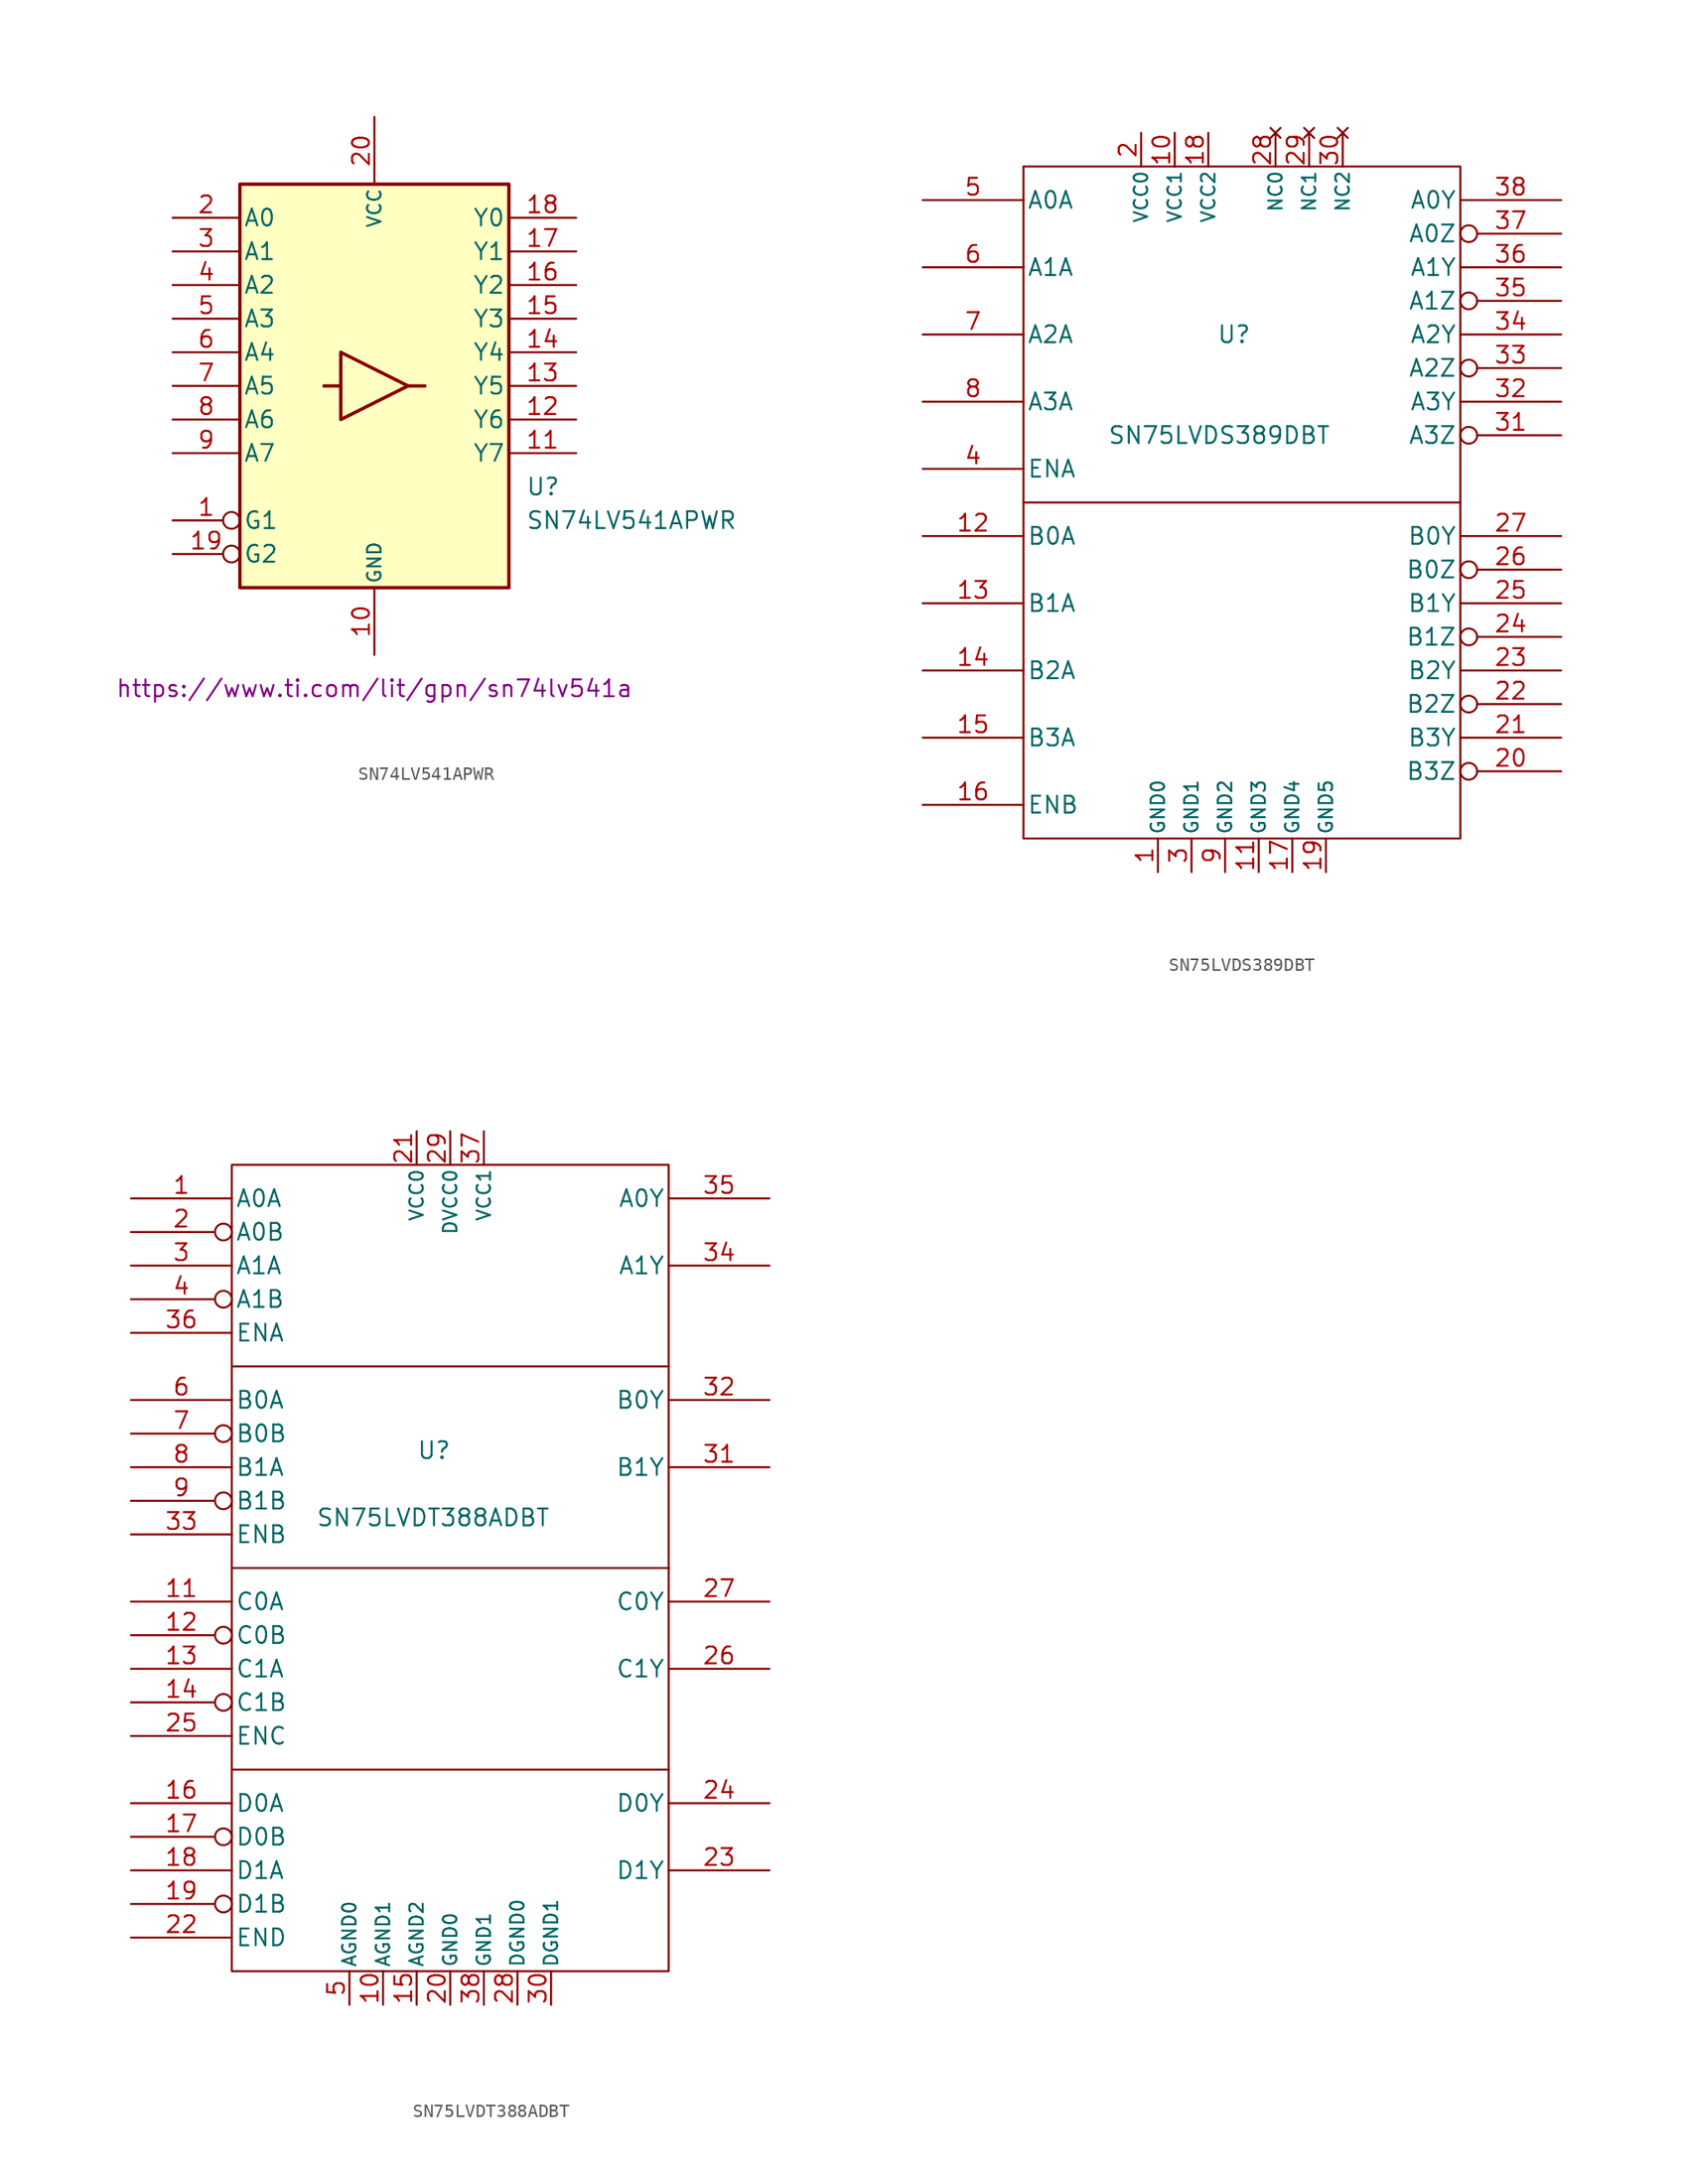
<source format=kicad_sym>
(kicad_symbol_lib
  (version 20230620)
  (generator kicad_symbol_editor)
  (symbol "SN74LV541APWR"
    (pin_names
      (offset 0.254))
    (property "Reference" "U"
      (at 11.43 -7.62 0)
      (effects (font (size 1.27 1.27)) (justify left)))
    (property "Value" "SN74LV541APWR"
      (at 11.43 -10.16 0)
      (effects (font (size 1.27 1.27)) (justify left)))
    (property "Datasheet" "https://www.ti.com/lit/gpn/sn74lv541a"
      (at 0 -22.86 0)
      (effects (font (size 1.27 1.27))))
    (symbol "SN74LV541APWR_1_0"
      (pin power_in line (at 0 -20.32 90) (length 5.08) (name "GND" (effects (font (size 1.016 1.016)))) (number "10" (effects (font (size 1.27 1.27)))))
      (pin power_in line (at 0 20.32 270) (length 5.08) (name "VCC" (effects (font (size 1.016 1.016)))) (number "20" (effects (font (size 1.27 1.27))))))
    (symbol "SN74LV541APWR_1_1"
      (rectangle (start -10.16 15.24) (end 10.16 -15.24) (stroke (width 0.254) (type default)) (fill (type background)))
      (polyline (pts (xy -2.54 0) (xy -3.81 0)) (stroke (width 0.254) (type default)) (fill (type none)))
      (polyline (pts (xy 2.54 0) (xy 3.81 0)) (stroke (width 0.254) (type default)) (fill (type none)))
      (polyline (pts (xy -2.54 2.54) (xy -2.54 -2.54) (xy 2.54 0) (xy -2.54 2.54)) (stroke (width 0.254) (type default)) (fill (type none)))
      (pin input inverted (at -15.24 -10.16 0) (length 5.08) (name "G1" (effects (font (size 1.27 1.27)))) (number "1" (effects (font (size 1.27 1.27)))))
      (pin tri_state line (at 15.24 -5.08 180) (length 5.08) (name "Y7" (effects (font (size 1.27 1.27)))) (number "11" (effects (font (size 1.27 1.27)))))
      (pin tri_state line (at 15.24 -2.54 180) (length 5.08) (name "Y6" (effects (font (size 1.27 1.27)))) (number "12" (effects (font (size 1.27 1.27)))))
      (pin tri_state line (at 15.24 0 180) (length 5.08) (name "Y5" (effects (font (size 1.27 1.27)))) (number "13" (effects (font (size 1.27 1.27)))))
      (pin tri_state line (at 15.24 2.54 180) (length 5.08) (name "Y4" (effects (font (size 1.27 1.27)))) (number "14" (effects (font (size 1.27 1.27)))))
      (pin tri_state line (at 15.24 5.08 180) (length 5.08) (name "Y3" (effects (font (size 1.27 1.27)))) (number "15" (effects (font (size 1.27 1.27)))))
      (pin tri_state line (at 15.24 7.62 180) (length 5.08) (name "Y2" (effects (font (size 1.27 1.27)))) (number "16" (effects (font (size 1.27 1.27)))))
      (pin tri_state line (at 15.24 10.16 180) (length 5.08) (name "Y1" (effects (font (size 1.27 1.27)))) (number "17" (effects (font (size 1.27 1.27)))))
      (pin tri_state line (at 15.24 12.7 180) (length 5.08) (name "Y0" (effects (font (size 1.27 1.27)))) (number "18" (effects (font (size 1.27 1.27)))))
      (pin input inverted (at -15.24 -12.7 0) (length 5.08) (name "G2" (effects (font (size 1.27 1.27)))) (number "19" (effects (font (size 1.27 1.27)))))
      (pin input line (at -15.24 12.7 0) (length 5.08) (name "A0" (effects (font (size 1.27 1.27)))) (number "2" (effects (font (size 1.27 1.27)))))
      (pin input line (at -15.24 10.16 0) (length 5.08) (name "A1" (effects (font (size 1.27 1.27)))) (number "3" (effects (font (size 1.27 1.27)))))
      (pin input line (at -15.24 7.62 0) (length 5.08) (name "A2" (effects (font (size 1.27 1.27)))) (number "4" (effects (font (size 1.27 1.27)))))
      (pin input line (at -15.24 5.08 0) (length 5.08) (name "A3" (effects (font (size 1.27 1.27)))) (number "5" (effects (font (size 1.27 1.27)))))
      (pin input line (at -15.24 2.54 0) (length 5.08) (name "A4" (effects (font (size 1.27 1.27)))) (number "6" (effects (font (size 1.27 1.27)))))
      (pin input line (at -15.24 0 0) (length 5.08) (name "A5" (effects (font (size 1.27 1.27)))) (number "7" (effects (font (size 1.27 1.27)))))
      (pin input line (at -15.24 -2.54 0) (length 5.08) (name "A6" (effects (font (size 1.27 1.27)))) (number "8" (effects (font (size 1.27 1.27)))))
      (pin input line (at -15.24 -5.08 0) (length 5.08) (name "A7" (effects (font (size 1.27 1.27)))) (number "9" (effects (font (size 1.27 1.27)))))))
  (symbol "SN75LVDS389DBT"
    (pin_names
      (offset 0.254))
    (property "Reference" "U"
      (at 22.225 -10.16 0)
      (effects (font (size 1.27 1.27)) (justify left)))
    (property "Value" "SN75LVDS389DBT"
      (at 13.97 -17.78 0)
      (effects (font (size 1.27 1.27)) (justify left)))
    (property "Datasheet" ""
      (at 0 0 0)
      (effects (font (size 1.27 1.27))))
    (symbol "SN75LVDS389DBT_0_0"
      (pin power_in line (at 17.78 -50.8 90) (length 2.54) (name "GND0" (effects (font (size 1.016 1.016)))) (number "1" (effects (font (size 1.27 1.27)))))
      (pin power_in line (at 19.05 5.08 270) (length 2.54) (name "VCC1" (effects (font (size 1.016 1.016)))) (number "10" (effects (font (size 1.27 1.27)))))
      (pin power_in line (at 25.4 -50.8 90) (length 2.54) (name "GND3" (effects (font (size 1.016 1.016)))) (number "11" (effects (font (size 1.27 1.27)))))
      (pin power_in line (at 27.94 -50.8 90) (length 2.54) (name "GND4" (effects (font (size 1.016 1.016)))) (number "17" (effects (font (size 1.27 1.27)))))
      (pin power_in line (at 21.59 5.08 270) (length 2.54) (name "VCC2" (effects (font (size 1.016 1.016)))) (number "18" (effects (font (size 1.27 1.27)))))
      (pin power_in line (at 30.48 -50.8 90) (length 2.54) (name "GND5" (effects (font (size 1.016 1.016)))) (number "19" (effects (font (size 1.27 1.27)))))
      (pin power_in line (at 16.51 5.08 270) (length 2.54) (name "VCC0" (effects (font (size 1.016 1.016)))) (number "2" (effects (font (size 1.27 1.27)))))
      (pin no_connect line (at 26.67 5.08 270) (length 2.54) (name "NC0" (effects (font (size 1.016 1.016)))) (number "28" (effects (font (size 1.27 1.27)))))
      (pin no_connect line (at 29.21 5.08 270) (length 2.54) (name "NC1" (effects (font (size 1.016 1.016)))) (number "29" (effects (font (size 1.27 1.27)))))
      (pin power_in line (at 20.32 -50.8 90) (length 2.54) (name "GND1" (effects (font (size 1.016 1.016)))) (number "3" (effects (font (size 1.27 1.27)))))
      (pin no_connect line (at 31.75 5.08 270) (length 2.54) (name "NC2" (effects (font (size 1.016 1.016)))) (number "30" (effects (font (size 1.27 1.27)))))
      (pin power_in line (at 22.86 -50.8 90) (length 2.54) (name "GND2" (effects (font (size 1.016 1.016)))) (number "9" (effects (font (size 1.27 1.27))))))
    (symbol "SN75LVDS389DBT_0_1"
      (polyline (pts (xy 7.62 -22.86) (xy 40.64 -22.86)) (stroke (width 0) (type default)) (fill (type none)))
      (rectangle (start 7.62 2.54) (end 40.64 -48.26) (stroke (width 0) (type default)) (fill (type none))))
    (symbol "SN75LVDS389DBT_1_1"
      (pin input line (at 0 -25.4 0) (length 7.62) (name "B0A" (effects (font (size 1.27 1.27)))) (number "12" (effects (font (size 1.27 1.27)))))
      (pin input line (at 0 -30.48 0) (length 7.62) (name "B1A" (effects (font (size 1.27 1.27)))) (number "13" (effects (font (size 1.27 1.27)))))
      (pin input line (at 0 -35.56 0) (length 7.62) (name "B2A" (effects (font (size 1.27 1.27)))) (number "14" (effects (font (size 1.27 1.27)))))
      (pin input line (at 0 -40.64 0) (length 7.62) (name "B3A" (effects (font (size 1.27 1.27)))) (number "15" (effects (font (size 1.27 1.27)))))
      (pin input line (at 0 -45.72 0) (length 7.62) (name "ENB" (effects (font (size 1.27 1.27)))) (number "16" (effects (font (size 1.27 1.27)))))
      (pin tri_state inverted (at 48.26 -43.18 180) (length 7.62) (name "B3Z" (effects (font (size 1.27 1.27)))) (number "20" (effects (font (size 1.27 1.27)))))
      (pin tri_state line (at 48.26 -40.64 180) (length 7.62) (name "B3Y" (effects (font (size 1.27 1.27)))) (number "21" (effects (font (size 1.27 1.27)))))
      (pin tri_state inverted (at 48.26 -38.1 180) (length 7.62) (name "B2Z" (effects (font (size 1.27 1.27)))) (number "22" (effects (font (size 1.27 1.27)))))
      (pin tri_state line (at 48.26 -35.56 180) (length 7.62) (name "B2Y" (effects (font (size 1.27 1.27)))) (number "23" (effects (font (size 1.27 1.27)))))
      (pin tri_state inverted (at 48.26 -33.02 180) (length 7.62) (name "B1Z" (effects (font (size 1.27 1.27)))) (number "24" (effects (font (size 1.27 1.27)))))
      (pin tri_state line (at 48.26 -30.48 180) (length 7.62) (name "B1Y" (effects (font (size 1.27 1.27)))) (number "25" (effects (font (size 1.27 1.27)))))
      (pin tri_state inverted (at 48.26 -27.94 180) (length 7.62) (name "B0Z" (effects (font (size 1.27 1.27)))) (number "26" (effects (font (size 1.27 1.27)))))
      (pin tri_state line (at 48.26 -25.4 180) (length 7.62) (name "B0Y" (effects (font (size 1.27 1.27)))) (number "27" (effects (font (size 1.27 1.27)))))
      (pin tri_state inverted (at 48.26 -17.78 180) (length 7.62) (name "A3Z" (effects (font (size 1.27 1.27)))) (number "31" (effects (font (size 1.27 1.27)))))
      (pin tri_state line (at 48.26 -15.24 180) (length 7.62) (name "A3Y" (effects (font (size 1.27 1.27)))) (number "32" (effects (font (size 1.27 1.27)))))
      (pin tri_state inverted (at 48.26 -12.7 180) (length 7.62) (name "A2Z" (effects (font (size 1.27 1.27)))) (number "33" (effects (font (size 1.27 1.27)))))
      (pin tri_state line (at 48.26 -10.16 180) (length 7.62) (name "A2Y" (effects (font (size 1.27 1.27)))) (number "34" (effects (font (size 1.27 1.27)))))
      (pin tri_state inverted (at 48.26 -7.62 180) (length 7.62) (name "A1Z" (effects (font (size 1.27 1.27)))) (number "35" (effects (font (size 1.27 1.27)))))
      (pin tri_state line (at 48.26 -5.08 180) (length 7.62) (name "A1Y" (effects (font (size 1.27 1.27)))) (number "36" (effects (font (size 1.27 1.27)))))
      (pin tri_state inverted (at 48.26 -2.54 180) (length 7.62) (name "A0Z" (effects (font (size 1.27 1.27)))) (number "37" (effects (font (size 1.27 1.27)))))
      (pin tri_state line (at 48.26 0 180) (length 7.62) (name "A0Y" (effects (font (size 1.27 1.27)))) (number "38" (effects (font (size 1.27 1.27)))))
      (pin input line (at 0 -20.32 0) (length 7.62) (name "ENA" (effects (font (size 1.27 1.27)))) (number "4" (effects (font (size 1.27 1.27)))))
      (pin input line (at 0 0 0) (length 7.62) (name "A0A" (effects (font (size 1.27 1.27)))) (number "5" (effects (font (size 1.27 1.27)))))
      (pin input line (at 0 -5.08 0) (length 7.62) (name "A1A" (effects (font (size 1.27 1.27)))) (number "6" (effects (font (size 1.27 1.27)))))
      (pin input line (at 0 -10.16 0) (length 7.62) (name "A2A" (effects (font (size 1.27 1.27)))) (number "7" (effects (font (size 1.27 1.27)))))
      (pin input line (at 0 -15.24 0) (length 7.62) (name "A3A" (effects (font (size 1.27 1.27)))) (number "8" (effects (font (size 1.27 1.27)))))))
  (symbol "SN75LVDT388ADBT"
    (pin_names
      (offset 0.254))
    (property "Reference" "U"
      (at 21.59 -19.05 0)
      (effects (font (size 1.27 1.27)) (justify left)))
    (property "Value" "SN75LVDT388ADBT"
      (at 13.97 -24.13 0)
      (effects (font (size 1.27 1.27)) (justify left)))
    (property "Datasheet" ""
      (at 54.61 0 0)
      (effects (font (size 1.27 1.27))))
    (symbol "SN75LVDT388ADBT_0_0"
      (pin power_in line (at 19.05 -60.96 90) (length 2.54) (name "AGND1" (effects (font (size 1.016 1.016)))) (number "10" (effects (font (size 1.27 1.27)))))
      (pin power_in line (at 21.59 -60.96 90) (length 2.54) (name "AGND2" (effects (font (size 1.016 1.016)))) (number "15" (effects (font (size 1.27 1.27)))))
      (pin power_in line (at 24.13 -60.96 90) (length 2.54) (name "GND0" (effects (font (size 1.016 1.016)))) (number "20" (effects (font (size 1.27 1.27)))))
      (pin power_in line (at 21.59 5.08 270) (length 2.54) (name "VCC0" (effects (font (size 1.016 1.016)))) (number "21" (effects (font (size 1.27 1.27)))))
      (pin power_in line (at 29.21 -60.96 90) (length 2.54) (name "DGND0" (effects (font (size 1.016 1.016)))) (number "28" (effects (font (size 1.27 1.27)))))
      (pin power_in line (at 24.13 5.08 270) (length 2.54) (name "DVCC0" (effects (font (size 1.016 1.016)))) (number "29" (effects (font (size 1.27 1.27)))))
      (pin power_in line (at 31.75 -60.96 90) (length 2.54) (name "DGND1" (effects (font (size 1.016 1.016)))) (number "30" (effects (font (size 1.27 1.27)))))
      (pin power_in line (at 26.67 5.08 270) (length 2.54) (name "VCC1" (effects (font (size 1.016 1.016)))) (number "37" (effects (font (size 1.27 1.27)))))
      (pin power_in line (at 26.67 -60.96 90) (length 2.54) (name "GND1" (effects (font (size 1.016 1.016)))) (number "38" (effects (font (size 1.27 1.27)))))
      (pin power_in line (at 16.51 -60.96 90) (length 2.54) (name "AGND0" (effects (font (size 1.016 1.016)))) (number "5" (effects (font (size 1.27 1.27))))))
    (symbol "SN75LVDT388ADBT_0_1"
      (polyline (pts (xy 7.62 -43.18) (xy 40.64 -43.18)) (stroke (width 0) (type default)) (fill (type none)))
      (polyline (pts (xy 7.62 -27.94) (xy 40.64 -27.94)) (stroke (width 0) (type default)) (fill (type none)))
      (polyline (pts (xy 7.62 -12.7) (xy 40.64 -12.7)) (stroke (width 0) (type default)) (fill (type none)))
      (rectangle (start 7.62 2.54) (end 40.64 -58.42) (stroke (width 0) (type default)) (fill (type none))))
    (symbol "SN75LVDT388ADBT_1_1"
      (pin input line (at 0 0 0) (length 7.62) (name "A0A" (effects (font (size 1.27 1.27)))) (number "1" (effects (font (size 1.27 1.27)))))
      (pin input line (at 0 -30.48 0) (length 7.62) (name "C0A" (effects (font (size 1.27 1.27)))) (number "11" (effects (font (size 1.27 1.27)))))
      (pin input inverted (at 0 -33.02 0) (length 7.62) (name "C0B" (effects (font (size 1.27 1.27)))) (number "12" (effects (font (size 1.27 1.27)))))
      (pin input line (at 0 -35.56 0) (length 7.62) (name "C1A" (effects (font (size 1.27 1.27)))) (number "13" (effects (font (size 1.27 1.27)))))
      (pin input inverted (at 0 -38.1 0) (length 7.62) (name "C1B" (effects (font (size 1.27 1.27)))) (number "14" (effects (font (size 1.27 1.27)))))
      (pin input line (at 0 -45.72 0) (length 7.62) (name "D0A" (effects (font (size 1.27 1.27)))) (number "16" (effects (font (size 1.27 1.27)))))
      (pin input inverted (at 0 -48.26 0) (length 7.62) (name "D0B" (effects (font (size 1.27 1.27)))) (number "17" (effects (font (size 1.27 1.27)))))
      (pin input line (at 0 -50.8 0) (length 7.62) (name "D1A" (effects (font (size 1.27 1.27)))) (number "18" (effects (font (size 1.27 1.27)))))
      (pin input inverted (at 0 -53.34 0) (length 7.62) (name "D1B" (effects (font (size 1.27 1.27)))) (number "19" (effects (font (size 1.27 1.27)))))
      (pin input inverted (at 0 -2.54 0) (length 7.62) (name "A0B" (effects (font (size 1.27 1.27)))) (number "2" (effects (font (size 1.27 1.27)))))
      (pin input line (at 0 -55.88 0) (length 7.62) (name "END" (effects (font (size 1.27 1.27)))) (number "22" (effects (font (size 1.27 1.27)))))
      (pin tri_state line (at 48.26 -50.8 180) (length 7.62) (name "D1Y" (effects (font (size 1.27 1.27)))) (number "23" (effects (font (size 1.27 1.27)))))
      (pin tri_state line (at 48.26 -45.72 180) (length 7.62) (name "D0Y" (effects (font (size 1.27 1.27)))) (number "24" (effects (font (size 1.27 1.27)))))
      (pin input line (at 0 -40.64 0) (length 7.62) (name "ENC" (effects (font (size 1.27 1.27)))) (number "25" (effects (font (size 1.27 1.27)))))
      (pin tri_state line (at 48.26 -35.56 180) (length 7.62) (name "C1Y" (effects (font (size 1.27 1.27)))) (number "26" (effects (font (size 1.27 1.27)))))
      (pin tri_state line (at 48.26 -30.48 180) (length 7.62) (name "C0Y" (effects (font (size 1.27 1.27)))) (number "27" (effects (font (size 1.27 1.27)))))
      (pin input line (at 0 -5.08 0) (length 7.62) (name "A1A" (effects (font (size 1.27 1.27)))) (number "3" (effects (font (size 1.27 1.27)))))
      (pin tri_state line (at 48.26 -20.32 180) (length 7.62) (name "B1Y" (effects (font (size 1.27 1.27)))) (number "31" (effects (font (size 1.27 1.27)))))
      (pin tri_state line (at 48.26 -15.24 180) (length 7.62) (name "B0Y" (effects (font (size 1.27 1.27)))) (number "32" (effects (font (size 1.27 1.27)))))
      (pin input line (at 0 -25.4 0) (length 7.62) (name "ENB" (effects (font (size 1.27 1.27)))) (number "33" (effects (font (size 1.27 1.27)))))
      (pin tri_state line (at 48.26 -5.08 180) (length 7.62) (name "A1Y" (effects (font (size 1.27 1.27)))) (number "34" (effects (font (size 1.27 1.27)))))
      (pin tri_state line (at 48.26 0 180) (length 7.62) (name "A0Y" (effects (font (size 1.27 1.27)))) (number "35" (effects (font (size 1.27 1.27)))))
      (pin input line (at 0 -10.16 0) (length 7.62) (name "ENA" (effects (font (size 1.27 1.27)))) (number "36" (effects (font (size 1.27 1.27)))))
      (pin input inverted (at 0 -7.62 0) (length 7.62) (name "A1B" (effects (font (size 1.27 1.27)))) (number "4" (effects (font (size 1.27 1.27)))))
      (pin input line (at 0 -15.24 0) (length 7.62) (name "B0A" (effects (font (size 1.27 1.27)))) (number "6" (effects (font (size 1.27 1.27)))))
      (pin input inverted (at 0 -17.78 0) (length 7.62) (name "B0B" (effects (font (size 1.27 1.27)))) (number "7" (effects (font (size 1.27 1.27)))))
      (pin input line (at 0 -20.32 0) (length 7.62) (name "B1A" (effects (font (size 1.27 1.27)))) (number "8" (effects (font (size 1.27 1.27)))))
      (pin input inverted (at 0 -22.86 0) (length 7.62) (name "B1B" (effects (font (size 1.27 1.27)))) (number "9" (effects (font (size 1.27 1.27))))))))
</source>
